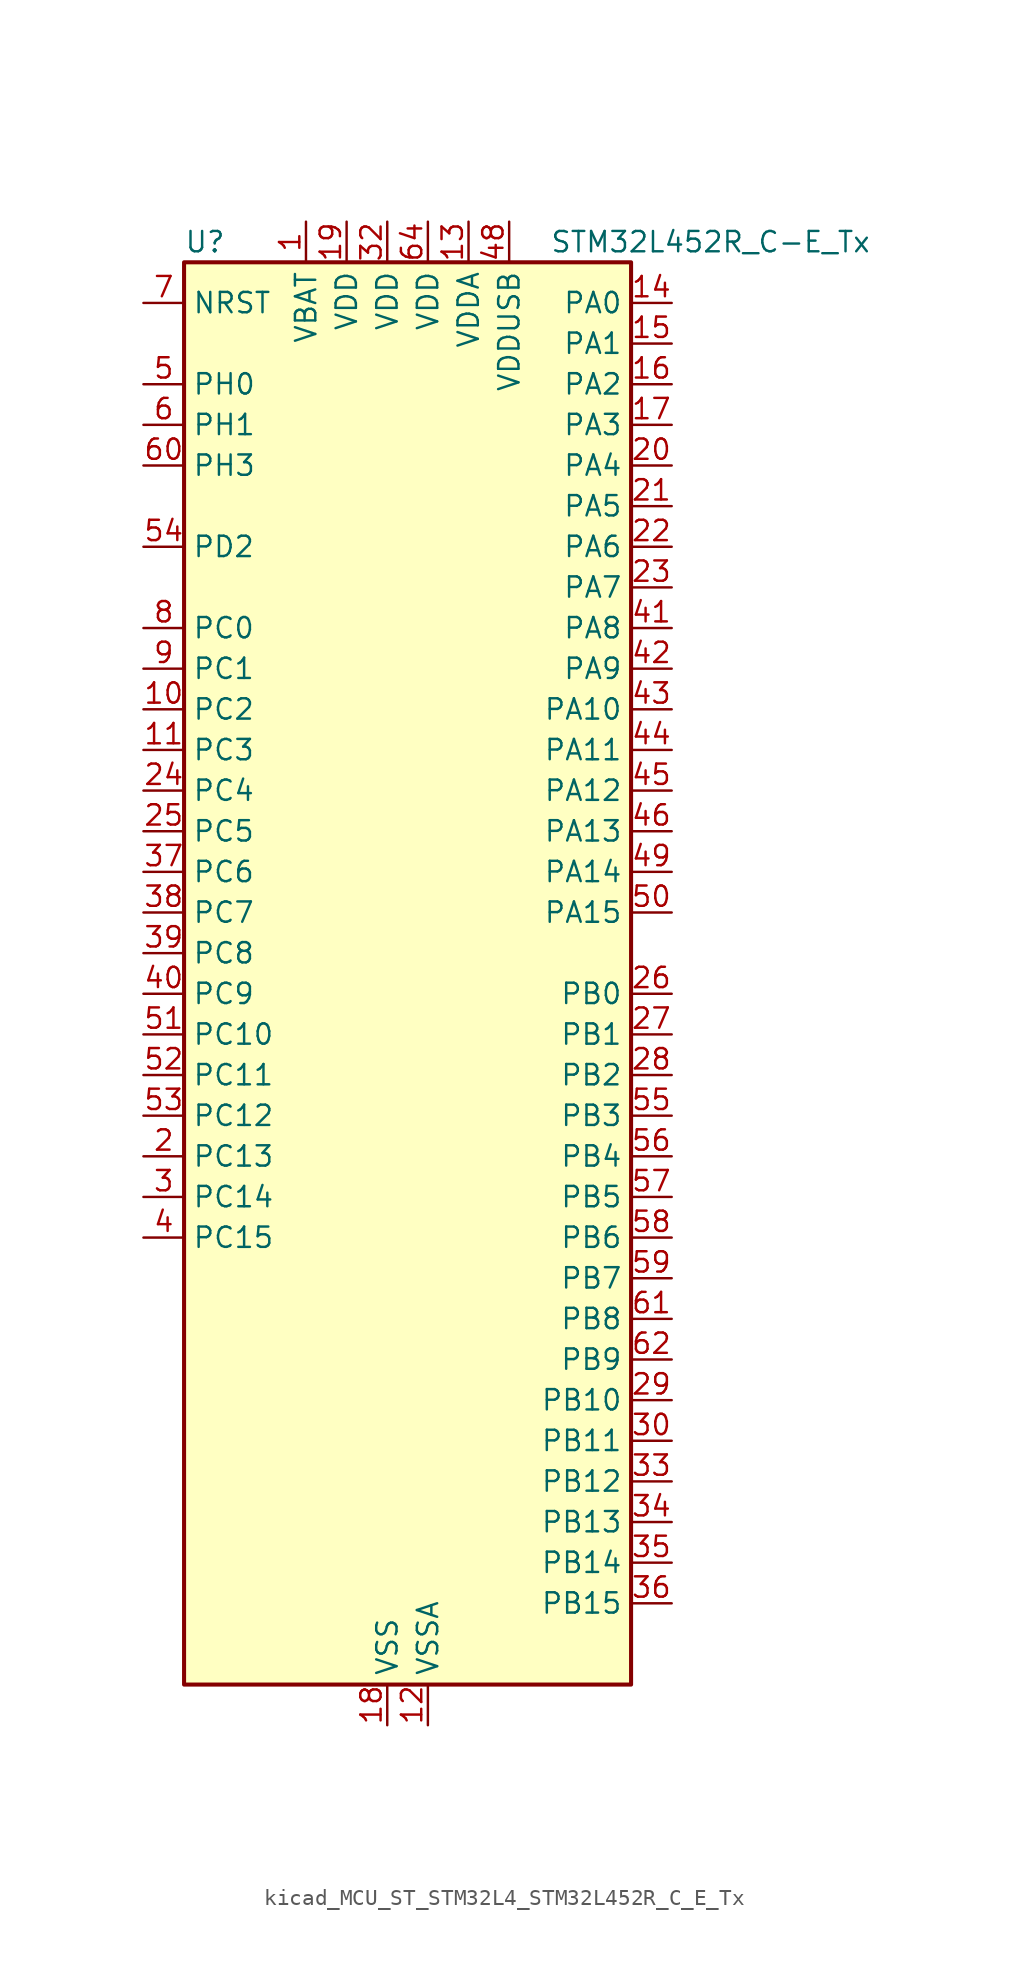
<source format=kicad_sym>
(kicad_symbol_lib
  (version 20220914)
  (generator kicad_symbol_editor)
  (symbol "kicad_MCU_ST_STM32L4_STM32L452R_C_E_Tx"
    (property "Reference" "U"
      (at -12.7 46.99 0)
      (effects (font (size 1.27 1.27)) (justify left)))
    (property "Value" "STM32L452R_C-E_Tx"
      (at 10.16 46.99 0)
      (effects (font (size 1.27 1.27)) (justify left)))
    (property "ki_locked" ""
      (at 0 0 0)
      (effects (font (size 1.27 1.27))))
    (symbol "kicad_MCU_ST_STM32L4_STM32L452R_C_E_Tx_0_1"
      (rectangle (start -12.7 -43.18) (end 15.24 45.72) (stroke (width 0.254) (type default)) (fill (type background))))
    (symbol "kicad_MCU_ST_STM32L4_STM32L452R_C_E_Tx_1_1"
      (pin power_in line (at -5.08 48.26 270) (length 2.54) (name "VBAT" (effects (font (size 1.27 1.27)))) (number "1" (effects (font (size 1.27 1.27)))))
      (pin bidirectional line (at -15.24 17.78 0) (length 2.54) (name "PC2" (effects (font (size 1.27 1.27)))) (number "10" (effects (font (size 1.27 1.27)))) (alternate "ADC1_IN3" bidirectional line) (alternate "DFSDM1_CKOUT" bidirectional line) (alternate "LPTIM1_IN2" bidirectional line) (alternate "SPI2_MISO" bidirectional line))
      (pin bidirectional line (at -15.24 15.24 0) (length 2.54) (name "PC3" (effects (font (size 1.27 1.27)))) (number "11" (effects (font (size 1.27 1.27)))) (alternate "ADC1_IN4" bidirectional line) (alternate "LPTIM1_ETR" bidirectional line) (alternate "LPTIM2_ETR" bidirectional line) (alternate "SAI1_SD_A" bidirectional line) (alternate "SPI2_MOSI" bidirectional line))
      (pin power_in line (at 2.54 -45.72 90) (length 2.54) (name "VSSA" (effects (font (size 1.27 1.27)))) (number "12" (effects (font (size 1.27 1.27)))))
      (pin power_in line (at 5.08 48.26 270) (length 2.54) (name "VDDA" (effects (font (size 1.27 1.27)))) (number "13" (effects (font (size 1.27 1.27)))))
      (pin bidirectional line (at 17.78 43.18 180) (length 2.54) (name "PA0" (effects (font (size 1.27 1.27)))) (number "14" (effects (font (size 1.27 1.27)))) (alternate "ADC1_IN5" bidirectional line) (alternate "COMP1_INM" bidirectional line) (alternate "COMP1_OUT" bidirectional line) (alternate "OPAMP1_VINP" bidirectional line) (alternate "RTC_TAMP2" bidirectional line) (alternate "SAI1_EXTCLK" bidirectional line) (alternate "SYS_WKUP1" bidirectional line) (alternate "TIM2_CH1" bidirectional line) (alternate "TIM2_ETR" bidirectional line) (alternate "UART4_TX" bidirectional line) (alternate "USART2_CTS" bidirectional line))
      (pin bidirectional line (at 17.78 40.64 180) (length 2.54) (name "PA1" (effects (font (size 1.27 1.27)))) (number "15" (effects (font (size 1.27 1.27)))) (alternate "ADC1_IN6" bidirectional line) (alternate "COMP1_INP" bidirectional line) (alternate "I2C1_SMBA" bidirectional line) (alternate "OPAMP1_VINM" bidirectional line) (alternate "SPI1_SCK" bidirectional line) (alternate "TIM15_CH1N" bidirectional line) (alternate "TIM2_CH2" bidirectional line) (alternate "UART4_RX" bidirectional line) (alternate "USART2_DE" bidirectional line) (alternate "USART2_RTS" bidirectional line))
      (pin bidirectional line (at 17.78 38.1 180) (length 2.54) (name "PA2" (effects (font (size 1.27 1.27)))) (number "16" (effects (font (size 1.27 1.27)))) (alternate "ADC1_IN7" bidirectional line) (alternate "COMP2_INM" bidirectional line) (alternate "COMP2_OUT" bidirectional line) (alternate "LPUART1_TX" bidirectional line) (alternate "QUADSPI_BK1_NCS" bidirectional line) (alternate "RCC_LSCO" bidirectional line) (alternate "SYS_WKUP4" bidirectional line) (alternate "TIM15_CH1" bidirectional line) (alternate "TIM2_CH3" bidirectional line) (alternate "USART2_TX" bidirectional line))
      (pin bidirectional line (at 17.78 35.56 180) (length 2.54) (name "PA3" (effects (font (size 1.27 1.27)))) (number "17" (effects (font (size 1.27 1.27)))) (alternate "ADC1_IN8" bidirectional line) (alternate "COMP2_INP" bidirectional line) (alternate "LPUART1_RX" bidirectional line) (alternate "OPAMP1_VOUT" bidirectional line) (alternate "QUADSPI_CLK" bidirectional line) (alternate "SAI1_MCLK_A" bidirectional line) (alternate "TIM15_CH2" bidirectional line) (alternate "TIM2_CH4" bidirectional line) (alternate "USART2_RX" bidirectional line))
      (pin power_in line (at 0 -45.72 90) (length 2.54) (name "VSS" (effects (font (size 1.27 1.27)))) (number "18" (effects (font (size 1.27 1.27)))))
      (pin power_in line (at -2.54 48.26 270) (length 2.54) (name "VDD" (effects (font (size 1.27 1.27)))) (number "19" (effects (font (size 1.27 1.27)))))
      (pin bidirectional line (at -15.24 -10.16 0) (length 2.54) (name "PC13" (effects (font (size 1.27 1.27)))) (number "2" (effects (font (size 1.27 1.27)))) (alternate "RTC_OUT_ALARM" bidirectional line) (alternate "RTC_OUT_CALIB" bidirectional line) (alternate "RTC_TAMP1" bidirectional line) (alternate "RTC_TS" bidirectional line) (alternate "SYS_WKUP2" bidirectional line))
      (pin bidirectional line (at 17.78 33.02 180) (length 2.54) (name "PA4" (effects (font (size 1.27 1.27)))) (number "20" (effects (font (size 1.27 1.27)))) (alternate "ADC1_IN9" bidirectional line) (alternate "COMP1_INM" bidirectional line) (alternate "COMP2_INM" bidirectional line) (alternate "DAC1_OUT1" bidirectional line) (alternate "LPTIM2_OUT" bidirectional line) (alternate "SAI1_FS_B" bidirectional line) (alternate "SPI1_NSS" bidirectional line) (alternate "SPI3_NSS" bidirectional line) (alternate "USART2_CK" bidirectional line))
      (pin bidirectional line (at 17.78 30.48 180) (length 2.54) (name "PA5" (effects (font (size 1.27 1.27)))) (number "21" (effects (font (size 1.27 1.27)))) (alternate "ADC1_IN10" bidirectional line) (alternate "COMP1_INM" bidirectional line) (alternate "COMP2_INM" bidirectional line) (alternate "DFSDM1_CKOUT" bidirectional line) (alternate "LPTIM2_ETR" bidirectional line) (alternate "SPI1_SCK" bidirectional line) (alternate "TIM2_CH1" bidirectional line) (alternate "TIM2_ETR" bidirectional line))
      (pin bidirectional line (at 17.78 27.94 180) (length 2.54) (name "PA6" (effects (font (size 1.27 1.27)))) (number "22" (effects (font (size 1.27 1.27)))) (alternate "ADC1_IN11" bidirectional line) (alternate "COMP1_OUT" bidirectional line) (alternate "LPUART1_CTS" bidirectional line) (alternate "QUADSPI_BK1_IO3" bidirectional line) (alternate "SPI1_MISO" bidirectional line) (alternate "TIM16_CH1" bidirectional line) (alternate "TIM1_BKIN" bidirectional line) (alternate "TIM1_BKIN_COMP2" bidirectional line) (alternate "TIM3_CH1" bidirectional line) (alternate "USART3_CTS" bidirectional line))
      (pin bidirectional line (at 17.78 25.4 180) (length 2.54) (name "PA7" (effects (font (size 1.27 1.27)))) (number "23" (effects (font (size 1.27 1.27)))) (alternate "ADC1_IN12" bidirectional line) (alternate "COMP2_OUT" bidirectional line) (alternate "DFSDM1_DATIN0" bidirectional line) (alternate "I2C3_SCL" bidirectional line) (alternate "QUADSPI_BK1_IO2" bidirectional line) (alternate "SPI1_MOSI" bidirectional line) (alternate "TIM1_CH1N" bidirectional line) (alternate "TIM3_CH2" bidirectional line))
      (pin bidirectional line (at -15.24 12.7 0) (length 2.54) (name "PC4" (effects (font (size 1.27 1.27)))) (number "24" (effects (font (size 1.27 1.27)))) (alternate "ADC1_IN13" bidirectional line) (alternate "COMP1_INM" bidirectional line) (alternate "USART3_TX" bidirectional line))
      (pin bidirectional line (at -15.24 10.16 0) (length 2.54) (name "PC5" (effects (font (size 1.27 1.27)))) (number "25" (effects (font (size 1.27 1.27)))) (alternate "ADC1_IN14" bidirectional line) (alternate "COMP1_INP" bidirectional line) (alternate "SYS_WKUP5" bidirectional line) (alternate "USART3_RX" bidirectional line))
      (pin bidirectional line (at 17.78 0 180) (length 2.54) (name "PB0" (effects (font (size 1.27 1.27)))) (number "26" (effects (font (size 1.27 1.27)))) (alternate "ADC1_IN15" bidirectional line) (alternate "COMP1_OUT" bidirectional line) (alternate "DFSDM1_CKIN0" bidirectional line) (alternate "QUADSPI_BK1_IO1" bidirectional line) (alternate "SAI1_EXTCLK" bidirectional line) (alternate "SPI1_NSS" bidirectional line) (alternate "TIM1_CH2N" bidirectional line) (alternate "TIM3_CH3" bidirectional line) (alternate "USART3_CK" bidirectional line))
      (pin bidirectional line (at 17.78 -2.54 180) (length 2.54) (name "PB1" (effects (font (size 1.27 1.27)))) (number "27" (effects (font (size 1.27 1.27)))) (alternate "ADC1_IN16" bidirectional line) (alternate "COMP1_INM" bidirectional line) (alternate "DFSDM1_DATIN0" bidirectional line) (alternate "LPTIM2_IN1" bidirectional line) (alternate "LPUART1_DE" bidirectional line) (alternate "LPUART1_RTS" bidirectional line) (alternate "QUADSPI_BK1_IO0" bidirectional line) (alternate "TIM1_CH3N" bidirectional line) (alternate "TIM3_CH4" bidirectional line) (alternate "USART3_DE" bidirectional line) (alternate "USART3_RTS" bidirectional line))
      (pin bidirectional line (at 17.78 -5.08 180) (length 2.54) (name "PB2" (effects (font (size 1.27 1.27)))) (number "28" (effects (font (size 1.27 1.27)))) (alternate "COMP1_INP" bidirectional line) (alternate "DFSDM1_CKIN0" bidirectional line) (alternate "I2C3_SMBA" bidirectional line) (alternate "LPTIM1_OUT" bidirectional line) (alternate "RTC_OUT_ALARM" bidirectional line) (alternate "RTC_OUT_CALIB" bidirectional line))
      (pin bidirectional line (at 17.78 -25.4 180) (length 2.54) (name "PB10" (effects (font (size 1.27 1.27)))) (number "29" (effects (font (size 1.27 1.27)))) (alternate "COMP1_OUT" bidirectional line) (alternate "I2C2_SCL" bidirectional line) (alternate "I2C4_SCL" bidirectional line) (alternate "LPUART1_RX" bidirectional line) (alternate "QUADSPI_CLK" bidirectional line) (alternate "SAI1_SCK_A" bidirectional line) (alternate "SPI2_SCK" bidirectional line) (alternate "TIM2_CH3" bidirectional line) (alternate "TSC_SYNC" bidirectional line) (alternate "USART3_TX" bidirectional line))
      (pin bidirectional line (at -15.24 -12.7 0) (length 2.54) (name "PC14" (effects (font (size 1.27 1.27)))) (number "3" (effects (font (size 1.27 1.27)))) (alternate "RCC_OSC32_IN" bidirectional line))
      (pin bidirectional line (at 17.78 -27.94 180) (length 2.54) (name "PB11" (effects (font (size 1.27 1.27)))) (number "30" (effects (font (size 1.27 1.27)))) (alternate "ADC1_EXTI11" bidirectional line) (alternate "COMP2_OUT" bidirectional line) (alternate "I2C2_SDA" bidirectional line) (alternate "I2C4_SDA" bidirectional line) (alternate "LPUART1_TX" bidirectional line) (alternate "QUADSPI_BK1_NCS" bidirectional line) (alternate "TIM2_CH4" bidirectional line) (alternate "USART3_RX" bidirectional line))
      (pin passive line (at 0 -45.72 90) (length 2.54) hide (name "VSS" (effects (font (size 1.27 1.27)))) (number "31" (effects (font (size 1.27 1.27)))))
      (pin power_in line (at 0 48.26 270) (length 2.54) (name "VDD" (effects (font (size 1.27 1.27)))) (number "32" (effects (font (size 1.27 1.27)))))
      (pin bidirectional line (at 17.78 -30.48 180) (length 2.54) (name "PB12" (effects (font (size 1.27 1.27)))) (number "33" (effects (font (size 1.27 1.27)))) (alternate "CAN1_RX" bidirectional line) (alternate "DFSDM1_DATIN1" bidirectional line) (alternate "I2C2_SMBA" bidirectional line) (alternate "LPUART1_DE" bidirectional line) (alternate "LPUART1_RTS" bidirectional line) (alternate "SAI1_FS_A" bidirectional line) (alternate "SPI2_NSS" bidirectional line) (alternate "TIM15_BKIN" bidirectional line) (alternate "TIM1_BKIN" bidirectional line) (alternate "TIM1_BKIN_COMP2" bidirectional line) (alternate "TSC_G1_IO1" bidirectional line) (alternate "USART3_CK" bidirectional line))
      (pin bidirectional line (at 17.78 -33.02 180) (length 2.54) (name "PB13" (effects (font (size 1.27 1.27)))) (number "34" (effects (font (size 1.27 1.27)))) (alternate "CAN1_TX" bidirectional line) (alternate "DFSDM1_CKIN1" bidirectional line) (alternate "I2C2_SCL" bidirectional line) (alternate "LPUART1_CTS" bidirectional line) (alternate "SAI1_SCK_A" bidirectional line) (alternate "SPI2_SCK" bidirectional line) (alternate "TIM15_CH1N" bidirectional line) (alternate "TIM1_CH1N" bidirectional line) (alternate "TSC_G1_IO2" bidirectional line) (alternate "USART3_CTS" bidirectional line))
      (pin bidirectional line (at 17.78 -35.56 180) (length 2.54) (name "PB14" (effects (font (size 1.27 1.27)))) (number "35" (effects (font (size 1.27 1.27)))) (alternate "DFSDM1_DATIN2" bidirectional line) (alternate "I2C2_SDA" bidirectional line) (alternate "SAI1_MCLK_A" bidirectional line) (alternate "SPI2_MISO" bidirectional line) (alternate "TIM15_CH1" bidirectional line) (alternate "TIM1_CH2N" bidirectional line) (alternate "TSC_G1_IO3" bidirectional line) (alternate "USART3_DE" bidirectional line) (alternate "USART3_RTS" bidirectional line))
      (pin bidirectional line (at 17.78 -38.1 180) (length 2.54) (name "PB15" (effects (font (size 1.27 1.27)))) (number "36" (effects (font (size 1.27 1.27)))) (alternate "ADC1_EXTI15" bidirectional line) (alternate "DFSDM1_CKIN2" bidirectional line) (alternate "RTC_REFIN" bidirectional line) (alternate "SAI1_SD_A" bidirectional line) (alternate "SPI2_MOSI" bidirectional line) (alternate "TIM15_CH2" bidirectional line) (alternate "TIM1_CH3N" bidirectional line) (alternate "TSC_G1_IO4" bidirectional line))
      (pin bidirectional line (at -15.24 7.62 0) (length 2.54) (name "PC6" (effects (font (size 1.27 1.27)))) (number "37" (effects (font (size 1.27 1.27)))) (alternate "DFSDM1_CKIN3" bidirectional line) (alternate "SDMMC1_D6" bidirectional line) (alternate "TIM3_CH1" bidirectional line) (alternate "TSC_G4_IO1" bidirectional line))
      (pin bidirectional line (at -15.24 5.08 0) (length 2.54) (name "PC7" (effects (font (size 1.27 1.27)))) (number "38" (effects (font (size 1.27 1.27)))) (alternate "DFSDM1_DATIN3" bidirectional line) (alternate "SDMMC1_D7" bidirectional line) (alternate "TIM3_CH2" bidirectional line) (alternate "TSC_G4_IO2" bidirectional line))
      (pin bidirectional line (at -15.24 2.54 0) (length 2.54) (name "PC8" (effects (font (size 1.27 1.27)))) (number "39" (effects (font (size 1.27 1.27)))) (alternate "SDMMC1_D0" bidirectional line) (alternate "TIM3_CH3" bidirectional line) (alternate "TSC_G4_IO3" bidirectional line))
      (pin bidirectional line (at -15.24 -15.24 0) (length 2.54) (name "PC15" (effects (font (size 1.27 1.27)))) (number "4" (effects (font (size 1.27 1.27)))) (alternate "ADC1_EXTI15" bidirectional line) (alternate "RCC_OSC32_OUT" bidirectional line))
      (pin bidirectional line (at -15.24 0 0) (length 2.54) (name "PC9" (effects (font (size 1.27 1.27)))) (number "40" (effects (font (size 1.27 1.27)))) (alternate "DAC1_EXTI9" bidirectional line) (alternate "SDMMC1_D1" bidirectional line) (alternate "TIM3_CH4" bidirectional line) (alternate "TSC_G4_IO4" bidirectional line) (alternate "USB_NOE" bidirectional line))
      (pin bidirectional line (at 17.78 22.86 180) (length 2.54) (name "PA8" (effects (font (size 1.27 1.27)))) (number "41" (effects (font (size 1.27 1.27)))) (alternate "DFSDM1_CKIN1" bidirectional line) (alternate "LPTIM2_OUT" bidirectional line) (alternate "RCC_MCO" bidirectional line) (alternate "SAI1_SCK_A" bidirectional line) (alternate "TIM1_CH1" bidirectional line) (alternate "USART1_CK" bidirectional line))
      (pin bidirectional line (at 17.78 20.32 180) (length 2.54) (name "PA9" (effects (font (size 1.27 1.27)))) (number "42" (effects (font (size 1.27 1.27)))) (alternate "DAC1_EXTI9" bidirectional line) (alternate "DFSDM1_DATIN1" bidirectional line) (alternate "I2C1_SCL" bidirectional line) (alternate "SAI1_FS_A" bidirectional line) (alternate "TIM15_BKIN" bidirectional line) (alternate "TIM1_CH2" bidirectional line) (alternate "USART1_TX" bidirectional line))
      (pin bidirectional line (at 17.78 17.78 180) (length 2.54) (name "PA10" (effects (font (size 1.27 1.27)))) (number "43" (effects (font (size 1.27 1.27)))) (alternate "CRS_SYNC" bidirectional line) (alternate "I2C1_SDA" bidirectional line) (alternate "SAI1_SD_A" bidirectional line) (alternate "TIM1_CH3" bidirectional line) (alternate "USART1_RX" bidirectional line))
      (pin bidirectional line (at 17.78 15.24 180) (length 2.54) (name "PA11" (effects (font (size 1.27 1.27)))) (number "44" (effects (font (size 1.27 1.27)))) (alternate "ADC1_EXTI11" bidirectional line) (alternate "CAN1_RX" bidirectional line) (alternate "COMP1_OUT" bidirectional line) (alternate "SPI1_MISO" bidirectional line) (alternate "TIM1_BKIN2" bidirectional line) (alternate "TIM1_BKIN2_COMP1" bidirectional line) (alternate "TIM1_CH4" bidirectional line) (alternate "USART1_CTS" bidirectional line) (alternate "USB_DM" bidirectional line))
      (pin bidirectional line (at 17.78 12.7 180) (length 2.54) (name "PA12" (effects (font (size 1.27 1.27)))) (number "45" (effects (font (size 1.27 1.27)))) (alternate "CAN1_TX" bidirectional line) (alternate "SPI1_MOSI" bidirectional line) (alternate "TIM1_ETR" bidirectional line) (alternate "USART1_DE" bidirectional line) (alternate "USART1_RTS" bidirectional line) (alternate "USB_DP" bidirectional line))
      (pin bidirectional line (at 17.78 10.16 180) (length 2.54) (name "PA13" (effects (font (size 1.27 1.27)))) (number "46" (effects (font (size 1.27 1.27)))) (alternate "IR_OUT" bidirectional line) (alternate "SAI1_SD_B" bidirectional line) (alternate "SYS_JTMS-SWDIO" bidirectional line) (alternate "USB_NOE" bidirectional line))
      (pin passive line (at 0 -45.72 90) (length 2.54) hide (name "VSS" (effects (font (size 1.27 1.27)))) (number "47" (effects (font (size 1.27 1.27)))))
      (pin power_in line (at 7.62 48.26 270) (length 2.54) (name "VDDUSB" (effects (font (size 1.27 1.27)))) (number "48" (effects (font (size 1.27 1.27)))))
      (pin bidirectional line (at 17.78 7.62 180) (length 2.54) (name "PA14" (effects (font (size 1.27 1.27)))) (number "49" (effects (font (size 1.27 1.27)))) (alternate "I2C1_SMBA" bidirectional line) (alternate "I2C4_SMBA" bidirectional line) (alternate "LPTIM1_OUT" bidirectional line) (alternate "SAI1_FS_B" bidirectional line) (alternate "SYS_JTCK-SWCLK" bidirectional line))
      (pin bidirectional line (at -15.24 38.1 0) (length 2.54) (name "PH0" (effects (font (size 1.27 1.27)))) (number "5" (effects (font (size 1.27 1.27)))) (alternate "RCC_OSC_IN" bidirectional line))
      (pin bidirectional line (at 17.78 5.08 180) (length 2.54) (name "PA15" (effects (font (size 1.27 1.27)))) (number "50" (effects (font (size 1.27 1.27)))) (alternate "ADC1_EXTI15" bidirectional line) (alternate "SPI1_NSS" bidirectional line) (alternate "SPI3_NSS" bidirectional line) (alternate "SYS_JTDI" bidirectional line) (alternate "TIM2_CH1" bidirectional line) (alternate "TIM2_ETR" bidirectional line) (alternate "TSC_G3_IO1" bidirectional line) (alternate "UART4_DE" bidirectional line) (alternate "UART4_RTS" bidirectional line) (alternate "USART2_RX" bidirectional line) (alternate "USART3_DE" bidirectional line) (alternate "USART3_RTS" bidirectional line))
      (pin bidirectional line (at -15.24 -2.54 0) (length 2.54) (name "PC10" (effects (font (size 1.27 1.27)))) (number "51" (effects (font (size 1.27 1.27)))) (alternate "SDMMC1_D2" bidirectional line) (alternate "SPI3_SCK" bidirectional line) (alternate "SYS_TRACED1" bidirectional line) (alternate "TSC_G3_IO2" bidirectional line) (alternate "UART4_TX" bidirectional line) (alternate "USART3_TX" bidirectional line))
      (pin bidirectional line (at -15.24 -5.08 0) (length 2.54) (name "PC11" (effects (font (size 1.27 1.27)))) (number "52" (effects (font (size 1.27 1.27)))) (alternate "ADC1_EXTI11" bidirectional line) (alternate "SDMMC1_D3" bidirectional line) (alternate "SPI3_MISO" bidirectional line) (alternate "TSC_G3_IO3" bidirectional line) (alternate "UART4_RX" bidirectional line) (alternate "USART3_RX" bidirectional line))
      (pin bidirectional line (at -15.24 -7.62 0) (length 2.54) (name "PC12" (effects (font (size 1.27 1.27)))) (number "53" (effects (font (size 1.27 1.27)))) (alternate "SDMMC1_CK" bidirectional line) (alternate "SPI3_MOSI" bidirectional line) (alternate "SYS_TRACED3" bidirectional line) (alternate "TSC_G3_IO4" bidirectional line) (alternate "USART3_CK" bidirectional line))
      (pin bidirectional line (at -15.24 27.94 0) (length 2.54) (name "PD2" (effects (font (size 1.27 1.27)))) (number "54" (effects (font (size 1.27 1.27)))) (alternate "SDMMC1_CMD" bidirectional line) (alternate "SYS_TRACED2" bidirectional line) (alternate "TIM3_ETR" bidirectional line) (alternate "TSC_SYNC" bidirectional line) (alternate "USART3_DE" bidirectional line) (alternate "USART3_RTS" bidirectional line))
      (pin bidirectional line (at 17.78 -7.62 180) (length 2.54) (name "PB3" (effects (font (size 1.27 1.27)))) (number "55" (effects (font (size 1.27 1.27)))) (alternate "COMP2_INM" bidirectional line) (alternate "SAI1_SCK_B" bidirectional line) (alternate "SPI1_SCK" bidirectional line) (alternate "SPI3_SCK" bidirectional line) (alternate "SYS_JTDO-SWO" bidirectional line) (alternate "TIM2_CH2" bidirectional line) (alternate "USART1_DE" bidirectional line) (alternate "USART1_RTS" bidirectional line))
      (pin bidirectional line (at 17.78 -10.16 180) (length 2.54) (name "PB4" (effects (font (size 1.27 1.27)))) (number "56" (effects (font (size 1.27 1.27)))) (alternate "COMP2_INP" bidirectional line) (alternate "I2C3_SDA" bidirectional line) (alternate "SAI1_MCLK_B" bidirectional line) (alternate "SPI1_MISO" bidirectional line) (alternate "SPI3_MISO" bidirectional line) (alternate "SYS_JTRST" bidirectional line) (alternate "TIM3_CH1" bidirectional line) (alternate "TSC_G2_IO1" bidirectional line) (alternate "USART1_CTS" bidirectional line))
      (pin bidirectional line (at 17.78 -12.7 180) (length 2.54) (name "PB5" (effects (font (size 1.27 1.27)))) (number "57" (effects (font (size 1.27 1.27)))) (alternate "CAN1_RX" bidirectional line) (alternate "COMP2_OUT" bidirectional line) (alternate "I2C1_SMBA" bidirectional line) (alternate "LPTIM1_IN1" bidirectional line) (alternate "SAI1_SD_B" bidirectional line) (alternate "SPI1_MOSI" bidirectional line) (alternate "SPI3_MOSI" bidirectional line) (alternate "TIM16_BKIN" bidirectional line) (alternate "TIM3_CH2" bidirectional line) (alternate "TSC_G2_IO2" bidirectional line) (alternate "USART1_CK" bidirectional line))
      (pin bidirectional line (at 17.78 -15.24 180) (length 2.54) (name "PB6" (effects (font (size 1.27 1.27)))) (number "58" (effects (font (size 1.27 1.27)))) (alternate "CAN1_TX" bidirectional line) (alternate "COMP2_INP" bidirectional line) (alternate "I2C1_SCL" bidirectional line) (alternate "I2C4_SCL" bidirectional line) (alternate "LPTIM1_ETR" bidirectional line) (alternate "SAI1_FS_B" bidirectional line) (alternate "TIM16_CH1N" bidirectional line) (alternate "TSC_G2_IO3" bidirectional line) (alternate "USART1_TX" bidirectional line))
      (pin bidirectional line (at 17.78 -17.78 180) (length 2.54) (name "PB7" (effects (font (size 1.27 1.27)))) (number "59" (effects (font (size 1.27 1.27)))) (alternate "COMP2_INM" bidirectional line) (alternate "I2C1_SDA" bidirectional line) (alternate "I2C4_SDA" bidirectional line) (alternate "LPTIM1_IN2" bidirectional line) (alternate "SYS_PVD_IN" bidirectional line) (alternate "TSC_G2_IO4" bidirectional line) (alternate "UART4_CTS" bidirectional line) (alternate "USART1_RX" bidirectional line))
      (pin bidirectional line (at -15.24 35.56 0) (length 2.54) (name "PH1" (effects (font (size 1.27 1.27)))) (number "6" (effects (font (size 1.27 1.27)))) (alternate "RCC_OSC_OUT" bidirectional line))
      (pin bidirectional line (at -15.24 33.02 0) (length 2.54) (name "PH3" (effects (font (size 1.27 1.27)))) (number "60" (effects (font (size 1.27 1.27)))))
      (pin bidirectional line (at 17.78 -20.32 180) (length 2.54) (name "PB8" (effects (font (size 1.27 1.27)))) (number "61" (effects (font (size 1.27 1.27)))) (alternate "CAN1_RX" bidirectional line) (alternate "I2C1_SCL" bidirectional line) (alternate "SAI1_MCLK_A" bidirectional line) (alternate "SDMMC1_D4" bidirectional line) (alternate "TIM16_CH1" bidirectional line))
      (pin bidirectional line (at 17.78 -22.86 180) (length 2.54) (name "PB9" (effects (font (size 1.27 1.27)))) (number "62" (effects (font (size 1.27 1.27)))) (alternate "CAN1_TX" bidirectional line) (alternate "DAC1_EXTI9" bidirectional line) (alternate "I2C1_SDA" bidirectional line) (alternate "IR_OUT" bidirectional line) (alternate "SAI1_FS_A" bidirectional line) (alternate "SDMMC1_D5" bidirectional line) (alternate "SPI2_NSS" bidirectional line))
      (pin passive line (at 0 -45.72 90) (length 2.54) hide (name "VSS" (effects (font (size 1.27 1.27)))) (number "63" (effects (font (size 1.27 1.27)))))
      (pin power_in line (at 2.54 48.26 270) (length 2.54) (name "VDD" (effects (font (size 1.27 1.27)))) (number "64" (effects (font (size 1.27 1.27)))))
      (pin input line (at -15.24 43.18 0) (length 2.54) (name "NRST" (effects (font (size 1.27 1.27)))) (number "7" (effects (font (size 1.27 1.27)))))
      (pin bidirectional line (at -15.24 22.86 0) (length 2.54) (name "PC0" (effects (font (size 1.27 1.27)))) (number "8" (effects (font (size 1.27 1.27)))) (alternate "ADC1_IN1" bidirectional line) (alternate "I2C3_SCL" bidirectional line) (alternate "I2C4_SCL" bidirectional line) (alternate "LPTIM1_IN1" bidirectional line) (alternate "LPTIM2_IN1" bidirectional line) (alternate "LPUART1_RX" bidirectional line))
      (pin bidirectional line (at -15.24 20.32 0) (length 2.54) (name "PC1" (effects (font (size 1.27 1.27)))) (number "9" (effects (font (size 1.27 1.27)))) (alternate "ADC1_IN2" bidirectional line) (alternate "I2C3_SDA" bidirectional line) (alternate "I2C4_SDA" bidirectional line) (alternate "LPTIM1_OUT" bidirectional line) (alternate "LPUART1_TX" bidirectional line) (alternate "SYS_TRACED0" bidirectional line)))))
</source>
